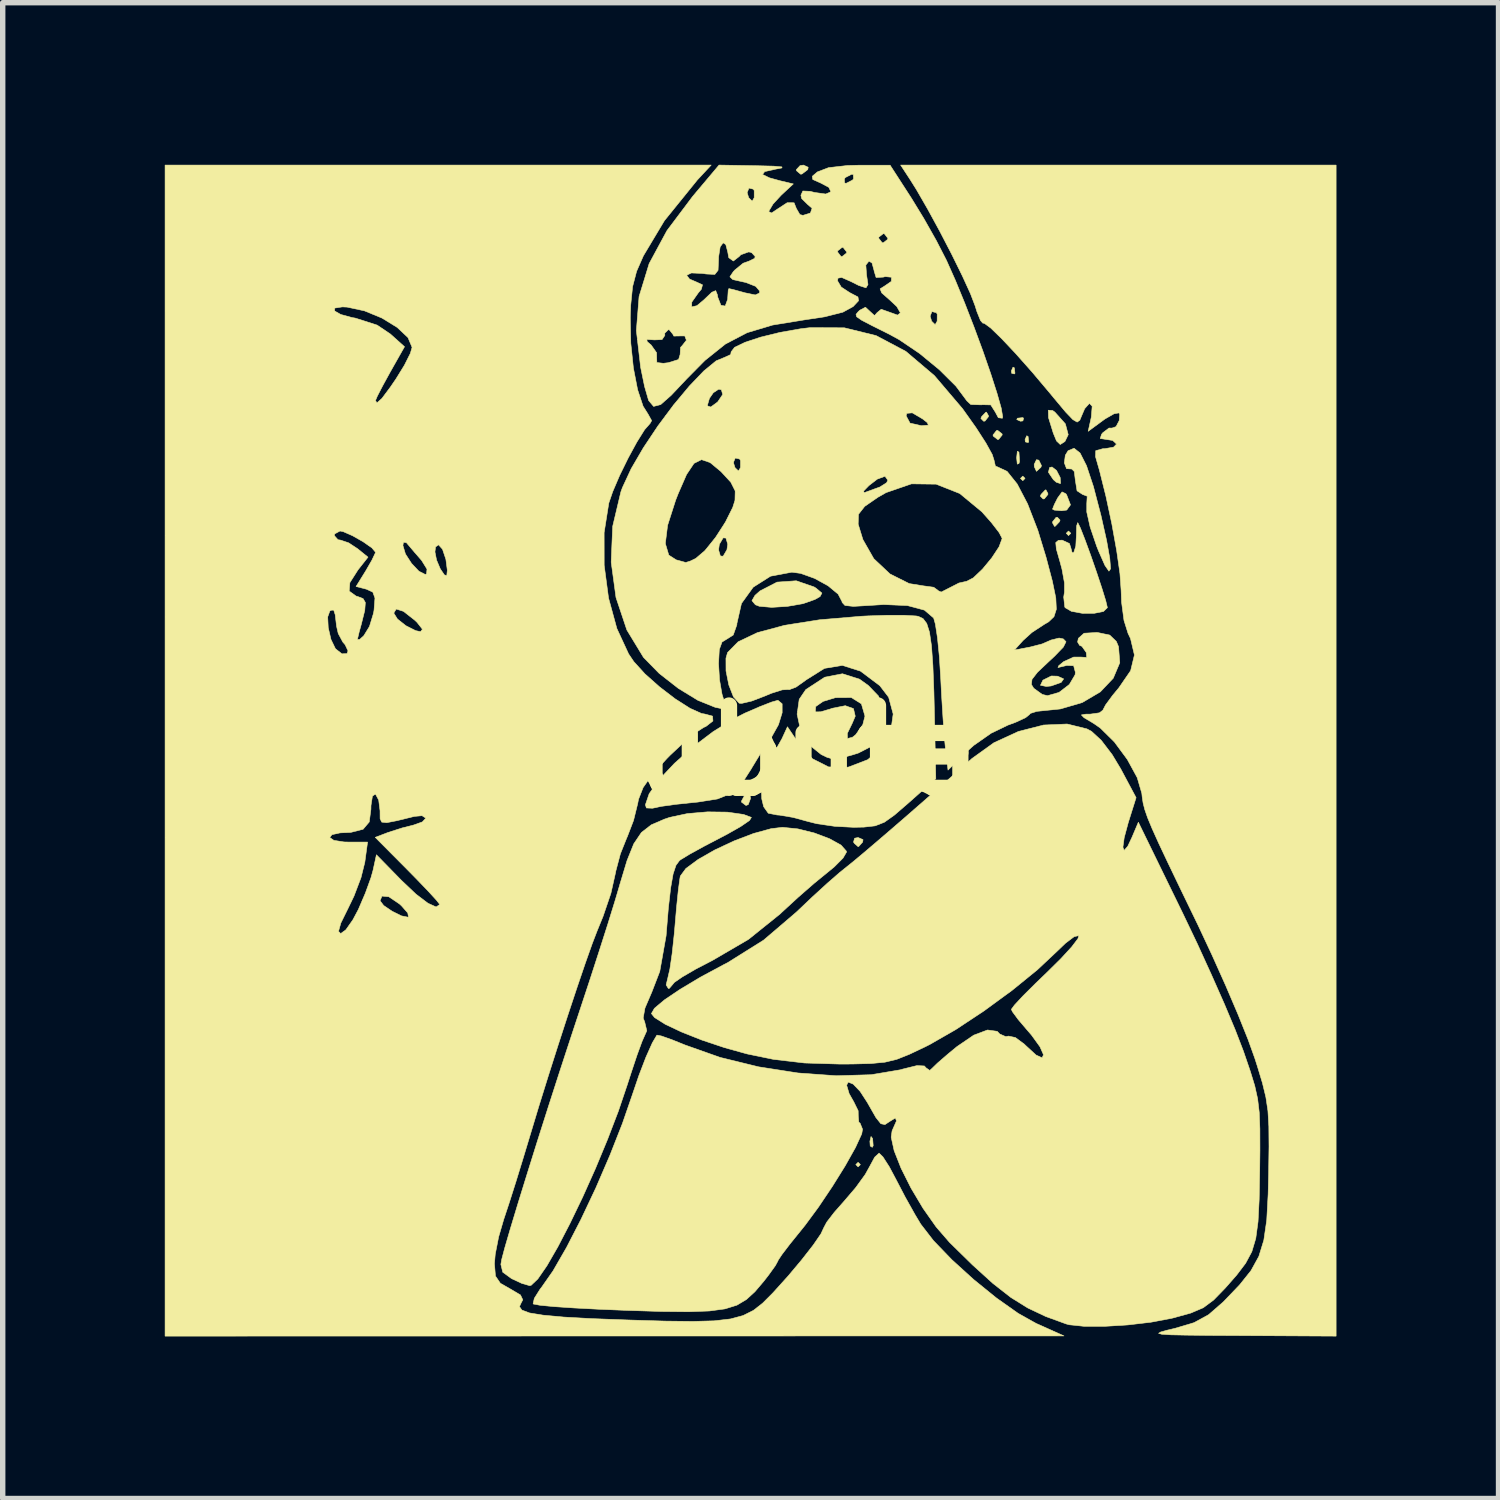
<source format=kicad_pcb>
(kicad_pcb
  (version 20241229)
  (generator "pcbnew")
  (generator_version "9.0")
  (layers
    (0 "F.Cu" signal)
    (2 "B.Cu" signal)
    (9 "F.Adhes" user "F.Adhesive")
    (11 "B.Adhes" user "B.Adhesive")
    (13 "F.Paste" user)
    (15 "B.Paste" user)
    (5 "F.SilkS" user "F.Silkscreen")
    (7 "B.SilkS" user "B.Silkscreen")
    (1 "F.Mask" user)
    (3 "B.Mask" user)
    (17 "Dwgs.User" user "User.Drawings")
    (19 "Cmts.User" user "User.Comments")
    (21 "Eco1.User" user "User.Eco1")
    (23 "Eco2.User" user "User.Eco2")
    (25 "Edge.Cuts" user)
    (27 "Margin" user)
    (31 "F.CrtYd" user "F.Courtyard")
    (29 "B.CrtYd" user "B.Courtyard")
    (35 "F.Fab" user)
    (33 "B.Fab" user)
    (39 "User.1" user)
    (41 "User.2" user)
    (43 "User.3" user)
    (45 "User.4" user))
  (footprint "tsubuta"
    (layer "F.Cu")
    (at 10.842 10.842)
    (property "Reference" "tsubuta" (at 0 0 0) (layer "F.SilkS") (effects (font (size 1.524 1.524) (thickness 0.3))))
    (attr through_hole)
    (fp_poly (pts (xy 2.032 7.662) (xy 1.99 7.705) (xy 1.947 7.662) (xy 1.99 7.62) (xy 2.032 7.662)) (stroke (width 0.01) (type solid)) (fill yes) (layer "F.SilkS"))
    (fp_poly (pts (xy 5.08 -5.038) (xy 5.038 -4.995) (xy 4.995 -5.038) (xy 5.038 -5.08) (xy 5.08 -5.038)) (stroke (width 0.01) (type solid)) (fill yes) (layer "F.SilkS"))
    (fp_poly (pts (xy 5.927 -4.022) (xy 5.884 -3.979) (xy 5.842 -4.022) (xy 5.884 -4.064) (xy 5.927 -4.022)) (stroke (width 0.01) (type solid)) (fill yes) (layer "F.SilkS"))
    (fp_poly (pts (xy 2.259 7.181) (xy 2.269 7.313) (xy 2.252 7.343) (xy 2.214 7.318) (xy 2.208 7.232) (xy 2.229 7.142) (xy 2.259 7.181)) (stroke (width 0.01) (type solid)) (fill yes) (layer "F.SilkS"))
    (fp_poly (pts (xy 4.882 -7.084) (xy 4.893 -6.983) (xy 4.882 -6.971) (xy 4.832 -6.983) (xy 4.826 -7.027) (xy 4.857 -7.097) (xy 4.882 -7.084)) (stroke (width 0.01) (type solid)) (fill yes) (layer "F.SilkS"))
    (fp_poly (pts (xy 4.967 -5.524) (xy 4.978 -5.351) (xy 4.967 -5.313) (xy 4.936 -5.302) (xy 4.924 -5.419) (xy 4.937 -5.539) (xy 4.967 -5.524)) (stroke (width 0.01) (type solid)) (fill yes) (layer "F.SilkS"))
    (fp_poly (pts (xy 5.052 -6.152) (xy 5.04 -6.102) (xy 4.995 -6.096) (xy 4.926 -6.127) (xy 4.939 -6.152) (xy 5.039 -6.163) (xy 5.052 -6.152)) (stroke (width 0.01) (type solid)) (fill yes) (layer "F.SilkS"))
    (fp_poly (pts (xy 5.136 -5.814) (xy 5.147 -5.713) (xy 5.136 -5.701) (xy 5.086 -5.713) (xy 5.08 -5.757) (xy 5.111 -5.827) (xy 5.136 -5.814)) (stroke (width 0.01) (type solid)) (fill yes) (layer "F.SilkS"))
    (fp_poly (pts (xy 5.335 -5.375) (xy 5.384 -5.274) (xy 5.373 -5.243) (xy 5.291 -5.168) (xy 5.251 -5.254) (xy 5.249 -5.297) (xy 5.291 -5.384) (xy 5.335 -5.375)) (stroke (width 0.01) (type solid)) (fill yes) (layer "F.SilkS"))
    (fp_poly (pts (xy -0.012 0.824) (xy 0 0.884) (xy -0.044 1) (xy -0.085 1.016) (xy -0.167 0.955) (xy -0.169 0.936) (xy -0.108 0.822) (xy -0.085 0.804) (xy -0.012 0.824)) (stroke (width 0.01) (type solid)) (fill yes) (layer "F.SilkS"))
    (fp_poly (pts (xy 1.066 -10.796) (xy 1.058 -10.753) (xy 0.95 -10.671) (xy 0.926 -10.668) (xy 0.849 -10.733) (xy 0.847 -10.753) (xy 0.916 -10.827) (xy 0.979 -10.837) (xy 1.066 -10.796)) (stroke (width 0.01) (type solid)) (fill yes) (layer "F.SilkS"))
    (fp_poly (pts (xy 2.081 1.648) (xy 2.074 1.693) (xy 2.002 1.774) (xy 1.99 1.778) (xy 1.922 1.719) (xy 1.905 1.693) (xy 1.925 1.622) (xy 1.99 1.609) (xy 2.081 1.648)) (stroke (width 0.01) (type solid)) (fill yes) (layer "F.SilkS"))
    (fp_poly (pts (xy 4.402 -6.2) (xy 4.403 -6.181) (xy 4.338 -6.099) (xy 4.313 -6.096) (xy 4.262 -6.148) (xy 4.276 -6.181) (xy 4.352 -6.261) (xy 4.365 -6.265) (xy 4.402 -6.2)) (stroke (width 0.01) (type solid)) (fill yes) (layer "F.SilkS"))
    (fp_poly (pts (xy 4.654 -5.862) (xy 4.657 -5.842) (xy 4.592 -5.76) (xy 4.572 -5.757) (xy 4.49 -5.822) (xy 4.487 -5.842) (xy 4.552 -5.924) (xy 4.572 -5.927) (xy 4.654 -5.862)) (stroke (width 0.01) (type solid)) (fill yes) (layer "F.SilkS"))
    (fp_poly (pts (xy 5.502 -4.76) (xy 5.503 -4.741) (xy 5.438 -4.66) (xy 5.414 -4.657) (xy 5.363 -4.709) (xy 5.376 -4.741) (xy 5.452 -4.822) (xy 5.466 -4.826) (xy 5.502 -4.76)) (stroke (width 0.01) (type solid)) (fill yes) (layer "F.SilkS"))
    (fp_poly (pts (xy 5.728 -4.266) (xy 5.715 -4.233) (xy 5.639 -4.153) (xy 5.625 -4.149) (xy 5.589 -4.214) (xy 5.588 -4.233) (xy 5.653 -4.315) (xy 5.678 -4.318) (xy 5.728 -4.266)) (stroke (width 0.01) (type solid)) (fill yes) (layer "F.SilkS"))
    (fp_poly (pts (xy 5.662 -5.185) (xy 5.73 -5.054) (xy 5.737 -4.948) (xy 5.733 -4.942) (xy 5.658 -4.967) (xy 5.604 -5.014) (xy 5.512 -5.151) (xy 5.534 -5.239) (xy 5.579 -5.249) (xy 5.662 -5.185)) (stroke (width 0.01) (type solid)) (fill yes) (layer "F.SilkS"))
    (fp_poly (pts (xy 5.59 -6.295) (xy 5.635 -6.261) (xy 5.826 -6.047) (xy 5.879 -5.847) (xy 5.818 -5.721) (xy 5.731 -5.665) (xy 5.662 -5.731) (xy 5.602 -5.877) (xy 5.514 -6.162) (xy 5.51 -6.3) (xy 5.59 -6.295)) (stroke (width 0.01) (type solid)) (fill yes) (layer "F.SilkS"))
    (fp_poly (pts (xy 5.683 -1.377) (xy 5.794 -1.327) (xy 5.749 -1.263) (xy 5.743 -1.26) (xy 5.562 -1.196) (xy 5.472 -1.187) (xy 5.365 -1.209) (xy 5.408 -1.299) (xy 5.411 -1.304) (xy 5.566 -1.381) (xy 5.683 -1.377)) (stroke (width 0.01) (type solid)) (fill yes) (layer "F.SilkS"))
    (fp_poly (pts (xy 5.835 -4.754) (xy 5.85 -4.732) (xy 5.921 -4.548) (xy 5.851 -4.452) (xy 5.757 -4.439) (xy 5.62 -4.451) (xy 5.588 -4.469) (xy 5.623 -4.557) (xy 5.682 -4.674) (xy 5.765 -4.788) (xy 5.835 -4.754)) (stroke (width 0.01) (type solid)) (fill yes) (layer "F.SilkS"))
    (fp_poly (pts (xy 1.177 -3.028) (xy 1.213 -3.005) (xy 1.32 -2.915) (xy 1.286 -2.851) (xy 1.191 -2.797) (xy 0.969 -2.719) (xy 0.68 -2.669) (xy 0.39 -2.651) (xy 0.162 -2.671) (xy 0.089 -2.699) (xy 0.025 -2.775) (xy 0.081 -2.872) (xy 0.174 -2.955) (xy 0.49 -3.118) (xy 0.845 -3.143) (xy 1.177 -3.028)) (stroke (width 0.01) (type solid)) (fill yes) (layer "F.SilkS"))
    (fp_poly (pts (xy 6.099 -5.506) (xy 6.217 -5.273) (xy 6.345 -4.888) (xy 6.484 -4.356) (xy 6.589 -3.889) (xy 6.648 -3.557) (xy 6.663 -3.365) (xy 6.632 -3.321) (xy 6.558 -3.428) (xy 6.441 -3.693) (xy 6.404 -3.786) (xy 6.284 -4.139) (xy 6.222 -4.416) (xy 6.222 -4.57) (xy 6.23 -4.708) (xy 6.144 -4.741) (xy 6.042 -4.808) (xy 6.011 -5) (xy 5.991 -5.165) (xy 5.94 -5.215) (xy 5.936 -5.212) (xy 5.848 -5.218) (xy 5.807 -5.325) (xy 5.825 -5.466) (xy 5.876 -5.55) (xy 5.987 -5.596) (xy 6.099 -5.506)) (stroke (width 0.01) (type solid)) (fill yes) (layer "F.SilkS"))
    (fp_poly (pts (xy 0.584 -0.866) (xy 0.584 -0.7) (xy 0.516 -0.479) (xy 0.388 -0.25) (xy 0.384 -0.245) (xy 0.2 0.028) (xy 0.028 0.311) (xy 0.012 0.339) (xy -0.165 0.615) (xy -0.357 0.792) (xy -0.612 0.895) (xy -0.977 0.953) (xy -1.072 0.962) (xy -1.393 0.996) (xy -1.657 1.033) (xy -1.81 1.066) (xy -1.813 1.067) (xy -1.928 1.062) (xy -1.947 1.004) (xy -1.877 0.798) (xy -1.689 0.533) (xy -1.41 0.237) (xy -1.069 -0.067) (xy -0.694 -0.35) (xy -0.313 -0.588) (xy -0.108 -0.692) (xy 0.17 -0.813) (xy 0.391 -0.899) (xy 0.506 -0.931) (xy 0.584 -0.866)) (stroke (width 0.01) (type solid)) (fill yes) (layer "F.SilkS"))
    (fp_poly (pts (xy 6.057 -4.216) (xy 6.105 -4.118) (xy 6.189 -3.903) (xy 6.294 -3.617) (xy 6.403 -3.303) (xy 6.501 -3.008) (xy 6.573 -2.775) (xy 6.603 -2.649) (xy 6.604 -2.646) (xy 6.532 -2.575) (xy 6.356 -2.54) (xy 6.138 -2.541) (xy 5.939 -2.577) (xy 5.822 -2.645) (xy 5.815 -2.659) (xy 5.795 -2.84) (xy 5.809 -2.934) (xy 5.809 -3.105) (xy 5.763 -3.359) (xy 5.727 -3.493) (xy 5.659 -3.731) (xy 5.648 -3.85) (xy 5.697 -3.891) (xy 5.766 -3.895) (xy 5.901 -3.833) (xy 5.927 -3.754) (xy 5.952 -3.66) (xy 5.982 -3.668) (xy 6.019 -3.784) (xy 6.03 -3.986) (xy 6.03 -3.987) (xy 6.034 -4.158) (xy 6.054 -4.218) (xy 6.057 -4.216)) (stroke (width 0.01) (type solid)) (fill yes) (layer "F.SilkS"))
    (fp_poly (pts (xy 0.874 1.449) (xy 1.18 1.525) (xy 1.461 1.631) (xy 1.674 1.749) (xy 1.773 1.861) (xy 1.775 1.879) (xy 1.711 1.989) (xy 1.549 2.152) (xy 1.416 2.261) (xy 1.177 2.456) (xy 0.878 2.717) (xy 0.579 2.992) (xy 0.547 3.023) (xy -0.039 3.494) (xy -0.702 3.881) (xy -1.017 4.045) (xy -1.264 4.189) (xy -1.412 4.291) (xy -1.439 4.325) (xy -1.504 4.401) (xy -1.522 4.403) (xy -1.563 4.337) (xy -1.533 4.212) (xy -1.494 4.044) (xy -1.452 3.757) (xy -1.414 3.404) (xy -1.401 3.26) (xy -1.37 2.898) (xy -1.338 2.585) (xy -1.309 2.37) (xy -1.301 2.323) (xy -1.198 2.183) (xy -0.971 2.015) (xy -0.661 1.838) (xy -0.306 1.672) (xy 0.055 1.534) (xy 0.38 1.445) (xy 0.591 1.42) (xy 0.874 1.449)) (stroke (width 0.01) (type solid)) (fill yes) (layer "F.SilkS"))
    (fp_poly (pts (xy 2.016 -1.322) (xy 2.18 -1.204) (xy 2.366 -1.011) (xy 2.444 -0.81) (xy 2.455 -0.617) (xy 2.413 -0.305) (xy 2.268 -0.095) (xy 1.991 0.047) (xy 1.881 0.081) (xy 1.658 0.14) (xy 1.528 0.156) (xy 1.418 0.126) (xy 1.306 0.072) (xy 1.076 -0.113) (xy 0.924 -0.379) (xy 0.861 -0.675) (xy 0.868 -0.722) (xy 1.198 -0.722) (xy 1.204 -0.716) (xy 1.298 -0.718) (xy 1.482 -0.772) (xy 1.507 -0.782) (xy 1.753 -0.831) (xy 1.904 -0.777) (xy 1.937 -0.637) (xy 1.882 -0.507) (xy 1.79 -0.318) (xy 1.793 -0.224) (xy 1.884 -0.246) (xy 1.947 -0.296) (xy 2.077 -0.481) (xy 2.117 -0.638) (xy 2.051 -0.865) (xy 1.864 -0.982) (xy 1.57 -0.98) (xy 1.341 -0.91) (xy 1.205 -0.815) (xy 1.198 -0.722) (xy 0.868 -0.722) (xy 0.9 -0.949) (xy 1.022 -1.129) (xy 1.372 -1.358) (xy 1.7 -1.422) (xy 2.016 -1.322)) (stroke (width 0.01) (type solid)) (fill yes) (layer "F.SilkS"))
    (fp_poly (pts (xy -0.43 1.139) (xy -0.13 1.182) (xy 0.015 1.237) (xy -0.02 1.293) (xy -0.178 1.402) (xy -0.429 1.545) (xy -0.555 1.611) (xy -0.865 1.773) (xy -1.125 1.916) (xy -1.29 2.016) (xy -1.316 2.035) (xy -1.381 2.123) (xy -1.434 2.283) (xy -1.479 2.539) (xy -1.522 2.916) (xy -1.564 3.429) (xy -1.681 4.088) (xy -1.828 4.469) (xy -1.955 4.765) (xy -1.988 4.95) (xy -1.96 5.022) (xy -1.921 5.185) (xy -1.951 5.252) (xy -2.009 5.383) (xy -2.101 5.634) (xy -2.211 5.964) (xy -2.282 6.184) (xy -2.448 6.675) (xy -2.649 7.2) (xy -2.872 7.737) (xy -3.107 8.262) (xy -3.343 8.752) (xy -3.567 9.184) (xy -3.769 9.534) (xy -3.938 9.779) (xy -4.061 9.896) (xy -4.089 9.903) (xy -4.232 9.862) (xy -4.425 9.772) (xy -4.587 9.654) (xy -4.622 9.509) (xy -4.606 9.416) (xy -4.549 9.201) (xy -4.447 8.851) (xy -4.308 8.391) (xy -4.139 7.845) (xy -3.949 7.238) (xy -3.745 6.597) (xy -3.535 5.946) (xy -3.327 5.31) (xy -3.167 4.826) (xy -2.984 4.272) (xy -2.806 3.723) (xy -2.644 3.216) (xy -2.512 2.79) (xy -2.422 2.486) (xy -2.421 2.481) (xy -2.287 2.036) (xy -2.162 1.725) (xy -2.02 1.515) (xy -1.838 1.374) (xy -1.592 1.268) (xy -1.493 1.235) (xy -1.169 1.166) (xy -0.796 1.134) (xy -0.43 1.139)) (stroke (width 0.01) (type solid)) (fill yes) (layer "F.SilkS"))
    (fp_poly (pts (xy 2.849 -2.504) (xy 3.061 -2.492) (xy 3.103 -2.485) (xy 3.192 -2.443) (xy 3.26 -2.353) (xy 3.311 -2.192) (xy 3.348 -1.94) (xy 3.374 -1.577) (xy 3.393 -1.081) (xy 3.404 -0.608) (xy 3.428 0.52) (xy 2.923 0.968) (xy 2.664 1.192) (xy 2.476 1.326) (xy 2.305 1.393) (xy 2.098 1.416) (xy 1.908 1.42) (xy 1.561 1.402) (xy 1.224 1.353) (xy 1.058 1.311) (xy 0.782 1.236) (xy 0.531 1.194) (xy 0.491 1.192) (xy 0.327 1.159) (xy 0.242 1.039) (xy 0.207 0.895) (xy 0.197 0.672) (xy 0.229 0.417) (xy 0.29 0.184) (xy 0.366 0.031) (xy 0.416 0) (xy 0.494 -0.068) (xy 0.581 -0.221) (xy 0.682 -0.441) (xy 0.872 -0.159) (xy 1.143 0.15) (xy 1.443 0.302) (xy 1.795 0.307) (xy 1.817 0.303) (xy 2.169 0.168) (xy 2.433 -0.063) (xy 2.594 -0.357) (xy 2.639 -0.677) (xy 2.555 -0.988) (xy 2.392 -1.201) (xy 2.033 -1.471) (xy 1.698 -1.577) (xy 1.368 -1.522) (xy 1.025 -1.307) (xy 1.016 -1.299) (xy 0.84 -1.174) (xy 0.714 -1.127) (xy 0.696 -1.131) (xy 0.585 -1.124) (xy 0.38 -1.059) (xy 0.256 -1.007) (xy 0.018 -0.916) (xy -0.163 -0.874) (xy -0.211 -0.877) (xy -0.317 -0.994) (xy -0.403 -1.214) (xy -0.455 -1.475) (xy -0.456 -1.71) (xy -0.426 -1.815) (xy -0.23 -2.014) (xy 0.125 -2.183) (xy 0.63 -2.319) (xy 1.276 -2.421) (xy 2.056 -2.487) (xy 2.178 -2.493) (xy 2.537 -2.505) (xy 2.849 -2.504)) (stroke (width 0.01) (type solid)) (fill yes) (layer "F.SilkS"))
    (fp_poly (pts (xy 10.837 10.837) (xy 9.081 10.827) (xy 8.496 10.824) (xy 8.065 10.819) (xy 7.774 10.813) (xy 7.608 10.802) (xy 7.551 10.785) (xy 7.589 10.761) (xy 7.707 10.728) (xy 7.854 10.693) (xy 8.207 10.588) (xy 8.476 10.441) (xy 8.746 10.206) (xy 8.765 10.187) (xy 9.052 9.887) (xy 9.262 9.624) (xy 9.407 9.361) (xy 9.499 9.062) (xy 9.553 8.689) (xy 9.579 8.208) (xy 9.588 7.825) (xy 9.595 7.329) (xy 9.592 6.958) (xy 9.575 6.668) (xy 9.537 6.415) (xy 9.474 6.155) (xy 9.38 5.844) (xy 9.332 5.694) (xy 9.207 5.346) (xy 9.023 4.887) (xy 8.796 4.355) (xy 8.543 3.79) (xy 8.281 3.23) (xy 8.244 3.154) (xy 7.951 2.549) (xy 7.724 2.076) (xy 7.553 1.714) (xy 7.431 1.443) (xy 7.348 1.243) (xy 7.296 1.093) (xy 7.265 0.972) (xy 7.248 0.86) (xy 7.241 0.792) (xy 7.156 0.501) (xy 6.973 0.165) (xy 6.733 -0.16) (xy 6.473 -0.417) (xy 6.357 -0.498) (xy 6.171 -0.609) (xy 6.122 -0.66) (xy 6.2 -0.674) (xy 6.287 -0.675) (xy 6.456 -0.699) (xy 6.519 -0.747) (xy 6.57 -0.845) (xy 6.701 -1.023) (xy 6.816 -1.162) (xy 7.034 -1.479) (xy 7.104 -1.769) (xy 7.032 -2.073) (xy 6.986 -2.17) (xy 6.911 -2.409) (xy 6.866 -2.748) (xy 6.858 -2.963) (xy 6.836 -3.276) (xy 6.775 -3.703) (xy 6.686 -4.196) (xy 6.577 -4.706) (xy 6.457 -5.186) (xy 6.384 -5.44) (xy 6.388 -5.551) (xy 6.518 -5.587) (xy 6.556 -5.588) (xy 6.718 -5.616) (xy 6.773 -5.673) (xy 6.702 -5.74) (xy 6.594 -5.757) (xy 6.471 -5.776) (xy 6.496 -5.855) (xy 6.519 -5.883) (xy 6.634 -5.97) (xy 6.689 -5.969) (xy 6.764 -5.996) (xy 6.823 -6.109) (xy 6.831 -6.225) (xy 6.817 -6.25) (xy 6.727 -6.234) (xy 6.561 -6.139) (xy 6.51 -6.102) (xy 6.248 -5.909) (xy 6.306 -6.172) (xy 6.322 -6.373) (xy 6.271 -6.427) (xy 6.184 -6.329) (xy 6.134 -6.213) (xy 6.093 -6.115) (xy 6.044 -6.08) (xy 5.965 -6.126) (xy 5.831 -6.266) (xy 5.62 -6.518) (xy 5.546 -6.608) (xy 5.213 -7.003) (xy 4.906 -7.349) (xy 4.643 -7.628) (xy 4.443 -7.822) (xy 4.322 -7.91) (xy 4.298 -7.911) (xy 4.255 -7.96) (xy 4.188 -8.127) (xy 4.155 -8.233) (xy 4.069 -8.458) (xy 3.918 -8.788) (xy 3.722 -9.186) (xy 3.502 -9.61) (xy 3.278 -10.021) (xy 3.071 -10.38) (xy 2.957 -10.562) (xy 2.777 -10.837) (xy 10.837 -10.837) (xy 10.837 10.837)) (stroke (width 0.01) (type solid)) (fill yes) (layer "F.SilkS"))
    (fp_poly (pts (xy 6.224 -0.402) (xy 6.31 -0.356) (xy 6.49 -0.19) (xy 6.693 0.076) (xy 6.851 0.339) (xy 7.135 0.871) (xy 6.99 1.332) (xy 6.915 1.611) (xy 6.891 1.788) (xy 6.914 1.847) (xy 6.981 1.77) (xy 7.058 1.607) (xy 7.177 1.326) (xy 7.999 3.012) (xy 8.266 3.571) (xy 8.527 4.143) (xy 8.768 4.688) (xy 8.969 5.167) (xy 9.113 5.541) (xy 9.13 5.588) (xy 9.248 5.933) (xy 9.331 6.204) (xy 9.384 6.443) (xy 9.414 6.695) (xy 9.426 7) (xy 9.427 7.403) (xy 9.423 7.763) (xy 9.413 8.308) (xy 9.392 8.718) (xy 9.35 9.029) (xy 9.277 9.274) (xy 9.162 9.489) (xy 8.995 9.709) (xy 8.784 9.949) (xy 8.57 10.169) (xy 8.378 10.312) (xy 8.145 10.411) (xy 7.811 10.503) (xy 7.784 10.509) (xy 7.408 10.58) (xy 6.982 10.63) (xy 6.554 10.656) (xy 6.176 10.656) (xy 5.899 10.627) (xy 5.842 10.612) (xy 5.461 10.473) (xy 5.13 10.316) (xy 4.815 10.12) (xy 4.484 9.861) (xy 4.106 9.518) (xy 3.683 9.103) (xy 3.435 8.817) (xy 3.191 8.47) (xy 2.969 8.097) (xy 2.785 7.73) (xy 2.657 7.405) (xy 2.602 7.154) (xy 2.619 7.037) (xy 2.7 6.854) (xy 2.68 6.799) (xy 2.576 6.863) (xy 2.487 6.922) (xy 2.411 6.906) (xy 2.32 6.792) (xy 2.184 6.554) (xy 2.161 6.513) (xy 2.027 6.307) (xy 1.899 6.173) (xy 1.806 6.135) (xy 1.778 6.194) (xy 1.824 6.349) (xy 1.91 6.501) (xy 1.991 6.666) (xy 1.993 6.768) (xy 2.003 6.877) (xy 2.027 6.897) (xy 2.072 7.008) (xy 2.057 7.094) (xy 1.942 7.345) (xy 1.751 7.685) (xy 1.512 8.069) (xy 1.256 8.45) (xy 1.009 8.785) (xy 0.927 8.887) (xy 0.729 9.132) (xy 0.581 9.326) (xy 0.51 9.433) (xy 0.508 9.442) (xy 0.459 9.532) (xy 0.335 9.705) (xy 0.244 9.822) (xy 0.081 10.014) (xy -0.077 10.159) (xy -0.253 10.264) (xy -0.474 10.333) (xy -0.764 10.372) (xy -1.148 10.386) (xy -1.652 10.381) (xy -2.287 10.361) (xy -2.805 10.34) (xy -3.264 10.316) (xy -3.637 10.291) (xy -3.897 10.266) (xy -4.02 10.243) (xy -4.025 10.239) (xy -4.003 10.138) (xy -3.898 9.971) (xy -3.869 9.934) (xy -3.656 9.629) (xy -3.407 9.197) (xy -3.138 8.674) (xy -2.864 8.094) (xy -2.604 7.491) (xy -2.372 6.901) (xy -2.196 6.392) (xy -2.068 6.016) (xy -1.936 5.672) (xy -1.817 5.406) (xy -1.734 5.266) (xy -1.651 5.282) (xy -1.456 5.351) (xy -1.213 5.449) (xy -0.563 5.679) (xy 0.148 5.853) (xy 0.878 5.967) (xy 1.586 6.018) (xy 2.231 5.999) (xy 2.771 5.908) (xy 2.819 5.894) (xy 3.079 5.83) (xy 3.216 5.837) (xy 3.249 5.873) (xy 3.316 5.92) (xy 3.359 5.881) (xy 3.46 5.783) (xy 3.647 5.621) (xy 3.819 5.479) (xy 4.13 5.267) (xy 4.385 5.171) (xy 4.564 5.196) (xy 4.612 5.246) (xy 4.723 5.294) (xy 4.774 5.284) (xy 4.901 5.311) (xy 5.066 5.433) (xy 5.088 5.455) (xy 5.284 5.635) (xy 5.396 5.686) (xy 5.421 5.629) (xy 5.356 5.482) (xy 5.199 5.265) (xy 5.122 5.176) (xy 4.955 4.98) (xy 4.847 4.834) (xy 4.826 4.789) (xy 4.884 4.71) (xy 5.04 4.542) (xy 5.27 4.313) (xy 5.482 4.109) (xy 5.744 3.85) (xy 5.944 3.632) (xy 6.059 3.48) (xy 6.075 3.424) (xy 5.988 3.444) (xy 5.828 3.565) (xy 5.676 3.711) (xy 5.309 4.056) (xy 4.839 4.438) (xy 4.317 4.82) (xy 3.793 5.166) (xy 3.317 5.439) (xy 3.232 5.482) (xy 2.937 5.622) (xy 2.706 5.714) (xy 2.487 5.767) (xy 2.228 5.792) (xy 1.877 5.801) (xy 1.651 5.802) (xy 0.999 5.782) (xy 0.425 5.715) (xy -0.065 5.614) (xy -0.485 5.497) (xy -0.9 5.358) (xy -1.276 5.209) (xy -1.579 5.066) (xy -1.777 4.941) (xy -1.836 4.868) (xy -1.78 4.77) (xy -1.594 4.614) (xy -1.302 4.417) (xy -0.925 4.192) (xy -0.488 3.957) (xy -0.423 3.924) (xy 0.241 3.508) (xy 0.847 2.99) (xy 1.143 2.709) (xy 1.424 2.452) (xy 1.649 2.256) (xy 1.74 2.183) (xy 1.892 2.061) (xy 2.145 1.849) (xy 2.474 1.568) (xy 2.853 1.241) (xy 3.255 0.89) (xy 3.657 0.537) (xy 4.032 0.205) (xy 4.098 0.146) (xy 4.503 -0.145) (xy 4.957 -0.354) (xy 5.422 -0.473) (xy 5.858 -0.492) (xy 6.224 -0.402)) (stroke (width 0.01) (type solid)) (fill yes) (layer "F.SilkS"))
    (fp_poly (pts (xy 0.11 -10.825) (xy 0.426 -10.817) (xy 0.58 -10.803) (xy 0.581 -10.784) (xy 0.466 -10.762) (xy 0.261 -10.716) (xy 0.221 -10.663) (xy 0.348 -10.601) (xy 0.544 -10.547) (xy 0.791 -10.488) (xy 0.565 -10.278) (xy 0.415 -10.115) (xy 0.34 -9.988) (xy 0.339 -9.974) (xy 0.389 -9.95) (xy 0.493 -10.02) (xy 0.677 -10.14) (xy 0.805 -10.139) (xy 0.847 -10.033) (xy 0.912 -9.921) (xy 0.969 -9.906) (xy 1.107 -9.949) (xy 1.138 -10.038) (xy 1.058 -10.106) (xy 0.946 -10.216) (xy 0.931 -10.278) (xy 0.967 -10.357) (xy 1.101 -10.351) (xy 1.184 -10.33) (xy 1.391 -10.301) (xy 1.486 -10.342) (xy 1.449 -10.424) (xy 1.305 -10.501) (xy 1.151 -10.57) (xy 1.149 -10.583) (xy 1.736 -10.583) (xy 1.74 -10.505) (xy 1.768 -10.499) (xy 1.888 -10.56) (xy 1.905 -10.583) (xy 1.901 -10.661) (xy 1.873 -10.668) (xy 1.753 -10.606) (xy 1.736 -10.583) (xy 1.149 -10.583) (xy 1.142 -10.63) (xy 1.236 -10.71) (xy 1.443 -10.789) (xy 1.795 -10.829) (xy 1.99 -10.834) (xy 2.582 -10.835) (xy 2.978 -10.222) (xy 3.206 -9.849) (xy 3.436 -9.442) (xy 3.62 -9.084) (xy 3.632 -9.059) (xy 3.791 -8.702) (xy 3.962 -8.286) (xy 4.135 -7.84) (xy 4.3 -7.393) (xy 4.445 -6.974) (xy 4.561 -6.613) (xy 4.639 -6.338) (xy 4.666 -6.177) (xy 4.66 -6.151) (xy 4.585 -6.161) (xy 4.53 -6.264) (xy 4.445 -6.398) (xy 4.284 -6.402) (xy 4.272 -6.399) (xy 4.076 -6.405) (xy 4.003 -6.473) (xy 3.801 -6.744) (xy 3.494 -7.049) (xy 3.128 -7.35) (xy 2.751 -7.605) (xy 2.569 -7.705) (xy 2.25 -7.864) (xy 2.056 -7.965) (xy 1.965 -8.028) (xy 1.961 -8.041) (xy 3.323 -8.041) (xy 3.351 -7.947) (xy 3.416 -7.883) (xy 3.453 -7.947) (xy 3.454 -8.079) (xy 3.438 -8.105) (xy 3.356 -8.125) (xy 3.323 -8.041) (xy 1.961 -8.041) (xy 1.951 -8.073) (xy 1.989 -8.12) (xy 2.02 -8.15) (xy 2.126 -8.206) (xy 2.211 -8.127) (xy 2.294 -8.051) (xy 2.342 -8.106) (xy 2.418 -8.168) (xy 2.554 -8.12) (xy 2.721 -8.06) (xy 2.772 -8.102) (xy 2.706 -8.218) (xy 2.579 -8.337) (xy 2.426 -8.472) (xy 2.397 -8.546) (xy 2.477 -8.596) (xy 2.605 -8.684) (xy 2.608 -8.761) (xy 2.492 -8.773) (xy 2.455 -8.763) (xy 2.323 -8.756) (xy 2.286 -8.877) (xy 2.286 -8.884) (xy 2.247 -9.025) (xy 2.191 -9.059) (xy 2.133 -8.986) (xy 2.146 -8.805) (xy 2.173 -8.626) (xy 2.136 -8.565) (xy 2.003 -8.608) (xy 1.858 -8.681) (xy 1.686 -8.757) (xy 1.617 -8.744) (xy 1.609 -8.694) (xy 1.678 -8.579) (xy 1.835 -8.476) (xy 1.987 -8.396) (xy 1.999 -8.326) (xy 1.898 -8.218) (xy 1.708 -8.114) (xy 1.369 -8.028) (xy 0.997 -7.972) (xy 0.408 -7.876) (xy -0.063 -7.735) (xy -0.465 -7.525) (xy -0.846 -7.22) (xy -1.182 -6.88) (xy -1.468 -6.577) (xy -1.664 -6.404) (xy -1.795 -6.37) (xy -1.887 -6.479) (xy -1.962 -6.738) (xy -2.035 -7.093) (xy -2.095 -7.61) (xy -1.921 -7.61) (xy -1.913 -7.568) (xy -1.84 -7.506) (xy -1.74 -7.364) (xy -1.738 -7.264) (xy -1.735 -7.182) (xy -1.615 -7.168) (xy -1.523 -7.179) (xy -1.333 -7.238) (xy -1.304 -7.331) (xy -1.297 -7.463) (xy -1.266 -7.495) (xy -1.188 -7.595) (xy -1.218 -7.675) (xy -1.312 -7.674) (xy -1.421 -7.672) (xy -1.439 -7.707) (xy -1.504 -7.787) (xy -1.524 -7.789) (xy -1.589 -7.725) (xy -1.587 -7.684) (xy -1.639 -7.607) (xy -1.778 -7.601) (xy -1.921 -7.61) (xy -2.095 -7.61) (xy -2.114 -7.773) (xy -2.064 -8.404) (xy -1.943 -8.798) (xy -1.183 -8.798) (xy -1.13 -8.727) (xy -1.01 -8.676) (xy -0.89 -8.621) (xy -0.911 -8.539) (xy -0.967 -8.473) (xy -1.088 -8.301) (xy -1.091 -8.212) (xy -0.994 -8.234) (xy -0.868 -8.339) (xy -0.717 -8.483) (xy -0.646 -8.513) (xy -0.615 -8.438) (xy -0.608 -8.393) (xy -0.549 -8.242) (xy -0.47 -8.228) (xy -0.424 -8.353) (xy -0.423 -8.382) (xy -0.414 -8.52) (xy -0.402 -8.551) (xy -0.314 -8.531) (xy -0.13 -8.48) (xy -0.105 -8.473) (xy 0.088 -8.433) (xy 0.164 -8.469) (xy 0.169 -8.505) (xy 0.095 -8.592) (xy -0.088 -8.664) (xy -0.135 -8.674) (xy -0.33 -8.718) (xy -0.383 -8.769) (xy -0.32 -8.864) (xy -0.291 -8.895) (xy -0.138 -9.02) (xy -0.029 -9.059) (xy 0.075 -9.11) (xy 0.085 -9.144) (xy 0.016 -9.22) (xy -0.037 -9.229) (xy 1.609 -9.229) (xy 1.673 -9.146) (xy 1.693 -9.144) (xy 1.776 -9.208) (xy 1.778 -9.229) (xy 1.714 -9.311) (xy 1.693 -9.313) (xy 1.611 -9.249) (xy 1.609 -9.229) (xy -0.037 -9.229) (xy -0.181 -9.177) (xy -0.212 -9.144) (xy -0.319 -9.061) (xy -0.404 -9.123) (xy -0.423 -9.229) (xy -0.459 -9.366) (xy -0.508 -9.398) (xy -0.563 -9.323) (xy -0.592 -9.139) (xy -0.593 -9.091) (xy -0.602 -8.889) (xy -0.662 -8.813) (xy -0.823 -8.821) (xy -0.889 -8.831) (xy -1.096 -8.84) (xy -1.183 -8.798) (xy -1.943 -8.798) (xy -1.878 -9.012) (xy -1.624 -9.483) (xy 2.371 -9.483) (xy 2.435 -9.4) (xy 2.455 -9.398) (xy 2.538 -9.462) (xy 2.54 -9.483) (xy 2.476 -9.565) (xy 2.455 -9.567) (xy 2.373 -9.503) (xy 2.371 -9.483) (xy -1.624 -9.483) (xy -1.547 -9.625) (xy -1.075 -10.253) (xy -1.013 -10.327) (xy -0.064 -10.327) (xy -0.035 -10.233) (xy 0.03 -10.169) (xy 0.067 -10.233) (xy 0.067 -10.365) (xy 0.051 -10.391) (xy -0.03 -10.411) (xy -0.064 -10.327) (xy -1.013 -10.327) (xy -0.584 -10.837) (xy 0.11 -10.825)) (stroke (width 0.01) (type solid)) (fill yes) (layer "F.SilkS"))
    (fp_poly (pts (xy 1.735 -7.825) (xy 2.322 -7.681) (xy 2.873 -7.389) (xy 3.402 -6.94) (xy 3.921 -6.33) (xy 3.942 -6.301) (xy 4.172 -5.977) (xy 4.355 -5.693) (xy 4.472 -5.481) (xy 4.505 -5.378) (xy 4.531 -5.266) (xy 4.574 -5.249) (xy 4.747 -5.168) (xy 4.934 -4.935) (xy 5.127 -4.566) (xy 5.316 -4.078) (xy 5.468 -3.58) (xy 5.585 -3.137) (xy 5.649 -2.825) (xy 5.659 -2.616) (xy 5.615 -2.478) (xy 5.516 -2.383) (xy 5.44 -2.339) (xy 5.209 -2.188) (xy 5.045 -2.04) (xy 4.883 -1.861) (xy 5.172 -1.916) (xy 5.396 -1.974) (xy 5.55 -2.041) (xy 5.556 -2.045) (xy 5.71 -2.083) (xy 5.788 -2.067) (xy 5.838 -2.015) (xy 5.789 -1.916) (xy 5.626 -1.747) (xy 5.525 -1.653) (xy 5.31 -1.45) (xy 5.208 -1.318) (xy 5.197 -1.224) (xy 5.24 -1.154) (xy 5.397 -1.04) (xy 5.495 -1.016) (xy 5.709 -1.077) (xy 5.9 -1.224) (xy 6.006 -1.403) (xy 6.011 -1.45) (xy 5.979 -1.571) (xy 5.851 -1.576) (xy 5.821 -1.568) (xy 5.689 -1.537) (xy 5.704 -1.572) (xy 5.795 -1.647) (xy 5.98 -1.731) (xy 6.112 -1.731) (xy 6.221 -1.724) (xy 6.213 -1.815) (xy 6.132 -1.93) (xy 6.09 -1.947) (xy 6.052 -2.01) (xy 6.067 -2.079) (xy 6.172 -2.172) (xy 6.403 -2.186) (xy 6.423 -2.185) (xy 6.647 -2.138) (xy 6.769 -2.021) (xy 6.81 -1.923) (xy 6.833 -1.626) (xy 6.712 -1.339) (xy 6.472 -1.086) (xy 6.138 -0.889) (xy 5.735 -0.771) (xy 5.512 -0.748) (xy 5.296 -0.726) (xy 5.175 -0.687) (xy 5.165 -0.671) (xy 5.092 -0.611) (xy 4.906 -0.524) (xy 4.764 -0.472) (xy 4.451 -0.321) (xy 4.13 -0.096) (xy 4.009 0.012) (xy 3.654 0.361) (xy 3.609 -0.01) (xy 3.586 -0.25) (xy 3.561 -0.605) (xy 3.535 -1.022) (xy 3.519 -1.336) (xy 3.494 -1.736) (xy 3.459 -2.085) (xy 3.42 -2.341) (xy 3.388 -2.454) (xy 3.217 -2.6) (xy 2.903 -2.684) (xy 2.464 -2.703) (xy 2.193 -2.686) (xy 1.902 -2.669) (xy 1.747 -2.686) (xy 1.694 -2.743) (xy 1.693 -2.757) (xy 1.62 -2.896) (xy 1.434 -3.05) (xy 1.185 -3.187) (xy 0.926 -3.28) (xy 0.764 -3.302) (xy 0.37 -3.228) (xy 0.049 -3.025) (xy -0.169 -2.723) (xy -0.254 -2.349) (xy -0.254 -2.329) (xy -0.321 -2.139) (xy -0.423 -2.074) (xy -0.529 -2.009) (xy -0.579 -1.871) (xy -0.593 -1.612) (xy -0.593 -1.608) (xy -0.575 -1.31) (xy -0.529 -1.045) (xy -0.506 -0.97) (xy -0.458 -0.812) (xy -0.508 -0.771) (xy -0.655 -0.801) (xy -0.973 -0.929) (xy -1.338 -1.152) (xy -1.692 -1.429) (xy -1.977 -1.72) (xy -1.982 -1.725) (xy -2.29 -2.232) (xy -2.491 -2.833) (xy -2.58 -3.487) (xy -2.566 -3.833) (xy -1.578 -3.833) (xy -1.514 -3.618) (xy -1.376 -3.53) (xy -1.237 -3.492) (xy -1.201 -3.481) (xy -1.115 -3.508) (xy -1.014 -3.557) (xy -0.845 -3.702) (xy -0.834 -3.715) (xy -0.593 -3.715) (xy -0.559 -3.601) (xy -0.508 -3.598) (xy -0.438 -3.717) (xy -0.423 -3.82) (xy -0.457 -3.934) (xy -0.508 -3.937) (xy -0.578 -3.818) (xy -0.593 -3.715) (xy -0.834 -3.715) (xy -0.649 -3.945) (xy -0.49 -4.191) (xy 1.991 -4.191) (xy 2.075 -3.917) (xy 2.079 -3.905) (xy 2.28 -3.552) (xy 2.581 -3.269) (xy 2.936 -3.091) (xy 3.205 -3.048) (xy 3.389 -3.023) (xy 3.471 -2.963) (xy 3.471 -2.959) (xy 3.528 -2.934) (xy 3.66 -3.001) (xy 3.857 -3.102) (xy 3.998 -3.133) (xy 4.122 -3.197) (xy 4.292 -3.359) (xy 4.464 -3.567) (xy 4.599 -3.772) (xy 4.655 -3.924) (xy 4.655 -3.929) (xy 4.6 -4.035) (xy 4.458 -4.219) (xy 4.282 -4.418) (xy 3.871 -4.758) (xy 3.434 -4.931) (xy 2.978 -4.937) (xy 2.508 -4.775) (xy 2.357 -4.689) (xy 2.112 -4.52) (xy 1.997 -4.373) (xy 1.991 -4.191) (xy -0.49 -4.191) (xy -0.465 -4.231) (xy -0.33 -4.501) (xy -0.289 -4.632) (xy -0.285 -4.801) (xy 2.089 -4.801) (xy 2.102 -4.774) (xy 2.117 -4.778) (xy 2.31 -4.849) (xy 2.392 -4.878) (xy 2.517 -4.957) (xy 2.54 -5.005) (xy 2.488 -5.077) (xy 2.346 -5.025) (xy 2.19 -4.905) (xy 2.089 -4.801) (xy -0.285 -4.801) (xy -0.284 -4.804) (xy -0.366 -4.967) (xy -0.547 -5.163) (xy -0.748 -5.33) (xy -0.753 -5.332) (xy -0.318 -5.332) (xy -0.289 -5.238) (xy -0.224 -5.174) (xy -0.187 -5.238) (xy -0.187 -5.37) (xy -0.203 -5.396) (xy -0.284 -5.415) (xy -0.318 -5.332) (xy -0.753 -5.332) (xy -0.908 -5.385) (xy -1.047 -5.316) (xy -1.185 -5.11) (xy -1.34 -4.755) (xy -1.387 -4.635) (xy -1.536 -4.17) (xy -1.578 -3.833) (xy -2.566 -3.833) (xy -2.552 -4.152) (xy -2.401 -4.788) (xy -2.372 -4.868) (xy -2.21 -5.217) (xy -1.984 -5.605) (xy -1.716 -6.007) (xy -1.576 -6.195) (xy 2.879 -6.195) (xy 2.951 -6.061) (xy 3.158 -6.014) (xy 3.168 -6.014) (xy 3.29 -6.023) (xy 3.271 -6.07) (xy 3.18 -6.141) (xy 2.993 -6.251) (xy 2.891 -6.242) (xy 2.879 -6.195) (xy -1.576 -6.195) (xy -1.437 -6.381) (xy -0.802 -6.381) (xy -0.737 -6.359) (xy -0.61 -6.452) (xy -0.516 -6.591) (xy -0.541 -6.678) (xy -0.59 -6.689) (xy -0.69 -6.623) (xy -0.762 -6.519) (xy -0.802 -6.381) (xy -1.437 -6.381) (xy -1.426 -6.396) (xy -1.135 -6.745) (xy -0.865 -7.027) (xy -0.637 -7.214) (xy -0.474 -7.281) (xy -0.368 -7.33) (xy -0.36 -7.38) (xy -0.297 -7.463) (xy -0.102 -7.557) (xy 0.19 -7.653) (xy 0.545 -7.74) (xy 0.926 -7.807) (xy 1.101 -7.828) (xy 1.735 -7.825)) (stroke (width 0.01) (type solid)) (fill yes) (layer "F.SilkS"))
    (fp_poly (pts (xy -0.985 -10.562) (xy -1.595 -9.808) (xy -1.984 -9.158) (xy -2.11 -8.87) (xy -2.184 -8.587) (xy -2.219 -8.24) (xy -2.227 -8.015) (xy -2.217 -7.539) (xy -2.169 -7.08) (xy -2.091 -6.678) (xy -1.99 -6.374) (xy -1.898 -6.228) (xy -1.831 -6.107) (xy -1.86 -6.055) (xy -1.962 -5.939) (xy -2.105 -5.71) (xy -2.266 -5.414) (xy -2.423 -5.094) (xy -2.551 -4.795) (xy -2.624 -4.582) (xy -2.711 -4.033) (xy -2.71 -3.431) (xy -2.629 -2.823) (xy -2.475 -2.259) (xy -2.257 -1.788) (xy -2.162 -1.647) (xy -1.956 -1.42) (xy -1.686 -1.18) (xy -1.395 -0.957) (xy -1.122 -0.783) (xy -0.91 -0.687) (xy -0.85 -0.677) (xy -0.704 -0.638) (xy -0.697 -0.548) (xy -0.828 -0.446) (xy -0.868 -0.429) (xy -1.015 -0.334) (xy -1.236 -0.151) (xy -1.488 0.085) (xy -1.548 0.146) (xy -1.822 0.446) (xy -1.989 0.684) (xy -2.074 0.901) (xy -2.089 0.979) (xy -2.166 1.292) (xy -2.283 1.597) (xy -2.291 1.613) (xy -2.41 1.911) (xy -2.494 2.228) (xy -2.497 2.248) (xy -2.585 2.641) (xy -2.73 3.067) (xy -2.843 3.344) (xy -2.929 3.568) (xy -3.055 3.923) (xy -3.21 4.378) (xy -3.384 4.902) (xy -3.567 5.466) (xy -3.749 6.037) (xy -3.92 6.586) (xy -4.066 7.07) (xy -4.205 7.53) (xy -4.344 7.982) (xy -4.469 8.375) (xy -4.563 8.659) (xy -4.567 8.67) (xy -4.663 9) (xy -4.726 9.321) (xy -4.741 9.497) (xy -4.722 9.725) (xy -4.631 9.859) (xy -4.447 9.964) (xy -4.259 10.075) (xy -4.216 10.166) (xy -4.241 10.211) (xy -4.278 10.291) (xy -4.233 10.355) (xy -4.092 10.408) (xy -3.84 10.449) (xy -3.463 10.484) (xy -2.946 10.513) (xy -2.275 10.538) (xy -2.244 10.539) (xy -1.584 10.559) (xy -1.069 10.565) (xy -0.673 10.554) (xy -0.371 10.519) (xy -0.138 10.456) (xy 0.052 10.361) (xy 0.222 10.228) (xy 0.398 10.052) (xy 0.43 10.018) (xy 0.698 9.721) (xy 0.949 9.421) (xy 1.159 9.152) (xy 1.302 8.944) (xy 1.355 8.83) (xy 1.409 8.728) (xy 1.549 8.546) (xy 1.729 8.342) (xy 1.945 8.089) (xy 2.122 7.845) (xy 2.205 7.695) (xy 2.297 7.525) (xy 2.377 7.451) (xy 2.379 7.451) (xy 2.45 7.521) (xy 2.567 7.703) (xy 2.692 7.938) (xy 2.862 8.264) (xy 3.044 8.589) (xy 3.15 8.766) (xy 3.385 9.07) (xy 3.725 9.423) (xy 4.128 9.789) (xy 4.551 10.132) (xy 4.953 10.416) (xy 5.283 10.601) (xy 5.8 10.833) (xy -10.837 10.837) (xy -10.837 1.609) (xy -7.789 1.609) (xy -7.714 1.661) (xy -7.525 1.691) (xy -7.439 1.693) (xy -7.089 1.693) (xy -7.14 2.068) (xy -7.211 2.353) (xy -7.34 2.692) (xy -7.447 2.914) (xy -7.584 3.192) (xy -7.627 3.345) (xy -7.587 3.387) (xy -7.49 3.316) (xy -7.361 3.132) (xy -7.26 2.942) (xy -7.19 2.779) (xy -6.858 2.779) (xy -6.791 2.867) (xy -6.635 2.973) (xy -6.462 3.059) (xy -6.34 3.083) (xy -6.332 3.079) (xy -6.345 3.005) (xy -6.461 2.873) (xy -6.498 2.839) (xy -6.696 2.705) (xy -6.822 2.693) (xy -6.858 2.779) (xy -7.19 2.779) (xy -7.13 2.639) (xy -7.025 2.349) (xy -6.987 2.213) (xy -6.925 1.928) (xy -6.461 2.403) (xy -6.193 2.657) (xy -5.972 2.825) (xy -5.82 2.894) (xy -5.758 2.852) (xy -5.757 2.842) (xy -5.813 2.77) (xy -5.963 2.606) (xy -6.183 2.377) (xy -6.352 2.205) (xy -6.947 1.606) (xy -6.712 1.516) (xy -6.447 1.431) (xy -6.244 1.38) (xy -6.075 1.32) (xy -6.011 1.25) (xy -6.081 1.205) (xy -6.223 1.218) (xy -6.544 1.297) (xy -6.734 1.334) (xy -6.827 1.324) (xy -6.857 1.261) (xy -6.858 1.141) (xy -6.858 1.115) (xy -6.883 0.916) (xy -6.943 0.804) (xy -6.999 0.842) (xy -7.026 1.019) (xy -7.027 1.086) (xy -7.058 1.321) (xy -7.172 1.456) (xy -7.4 1.514) (xy -7.599 1.523) (xy -7.748 1.556) (xy -7.789 1.609) (xy -10.837 1.609) (xy -10.837 -2.474) (xy -7.827 -2.474) (xy -7.817 -2.275) (xy -7.766 -2.056) (xy -7.684 -1.886) (xy -7.682 -1.884) (xy -7.564 -1.791) (xy -7.469 -1.795) (xy -7.451 -1.846) (xy -7.504 -1.959) (xy -7.547 -2.009) (xy -7.632 -2.167) (xy -7.663 -2.302) (xy -7.688 -2.515) (xy -7.716 -2.601) (xy -7.764 -2.597) (xy -7.787 -2.584) (xy -7.827 -2.474) (xy -10.837 -2.474) (xy -10.837 -3.979) (xy -7.705 -3.979) (xy -7.637 -3.903) (xy -7.587 -3.895) (xy -7.439 -3.845) (xy -7.275 -3.737) (xy -7.081 -3.58) (xy -7.266 -3.345) (xy -7.417 -3.108) (xy -7.429 -2.952) (xy -7.302 -2.86) (xy -7.27 -2.851) (xy -7.172 -2.813) (xy -7.13 -2.74) (xy -7.141 -2.594) (xy -7.205 -2.338) (xy -7.243 -2.201) (xy -7.277 -2.058) (xy -7.237 -2.056) (xy -7.159 -2.126) (xy -7.054 -2.297) (xy -6.978 -2.545) (xy -6.604 -2.545) (xy -6.536 -2.435) (xy -6.379 -2.311) (xy -6.199 -2.22) (xy -6.107 -2.201) (xy -6.074 -2.247) (xy -6.174 -2.374) (xy -6.215 -2.413) (xy -6.424 -2.577) (xy -6.559 -2.62) (xy -6.604 -2.545) (xy -6.978 -2.545) (xy -6.978 -2.546) (xy -6.969 -2.601) (xy -6.952 -2.823) (xy -6.992 -2.933) (xy -7.109 -2.987) (xy -7.113 -2.988) (xy -7.302 -3.037) (xy -7.122 -3.328) (xy -7.009 -3.524) (xy -6.947 -3.655) (xy -6.943 -3.673) (xy -7.01 -3.753) (xy -7.072 -3.796) (xy -6.435 -3.796) (xy -6.388 -3.639) (xy -6.275 -3.464) (xy -6.139 -3.32) (xy -6.023 -3.261) (xy -5.998 -3.268) (xy -5.989 -3.359) (xy -6.089 -3.52) (xy -6.11 -3.544) (xy -6.225 -3.677) (xy -5.842 -3.677) (xy -5.812 -3.526) (xy -5.743 -3.363) (xy -5.667 -3.251) (xy -5.623 -3.239) (xy -5.613 -3.338) (xy -5.638 -3.529) (xy -5.64 -3.542) (xy -5.702 -3.727) (xy -5.776 -3.809) (xy -5.831 -3.769) (xy -5.842 -3.677) (xy -6.225 -3.677) (xy -6.26 -3.718) (xy -6.365 -3.842) (xy -6.37 -3.848) (xy -6.425 -3.856) (xy -6.435 -3.796) (xy -7.072 -3.796) (xy -7.172 -3.866) (xy -7.368 -3.977) (xy -7.539 -4.052) (xy -7.599 -4.064) (xy -7.697 -4.011) (xy -7.705 -3.979) (xy -10.837 -3.979) (xy -10.837 -8.137) (xy -7.7 -8.137) (xy -7.586 -8.072) (xy -7.379 -8.015) (xy -7.318 -8.005) (xy -6.912 -7.875) (xy -6.668 -7.711) (xy -6.405 -7.475) (xy -6.674 -6.999) (xy -6.812 -6.747) (xy -6.909 -6.559) (xy -6.943 -6.478) (xy -6.915 -6.436) (xy -6.824 -6.517) (xy -6.663 -6.733) (xy -6.564 -6.878) (xy -6.407 -7.133) (xy -6.298 -7.35) (xy -6.265 -7.463) (xy -6.341 -7.644) (xy -6.542 -7.833) (xy -6.824 -8.006) (xy -7.147 -8.139) (xy -7.467 -8.208) (xy -7.556 -8.212) (xy -7.697 -8.19) (xy -7.7 -8.137) (xy -10.837 -8.137) (xy -10.837 -10.837) (xy -0.729 -10.837) (xy -0.985 -10.562)) (stroke (width 0.01) (type solid)) (fill yes) (layer "F.SilkS")))
  (gr_rect
    (start -3 -3)
    (end 24.685 24.685)
    (stroke (width 0.1) (type default))
    (fill no)
    (layer "Edge.Cuts")))
</source>
